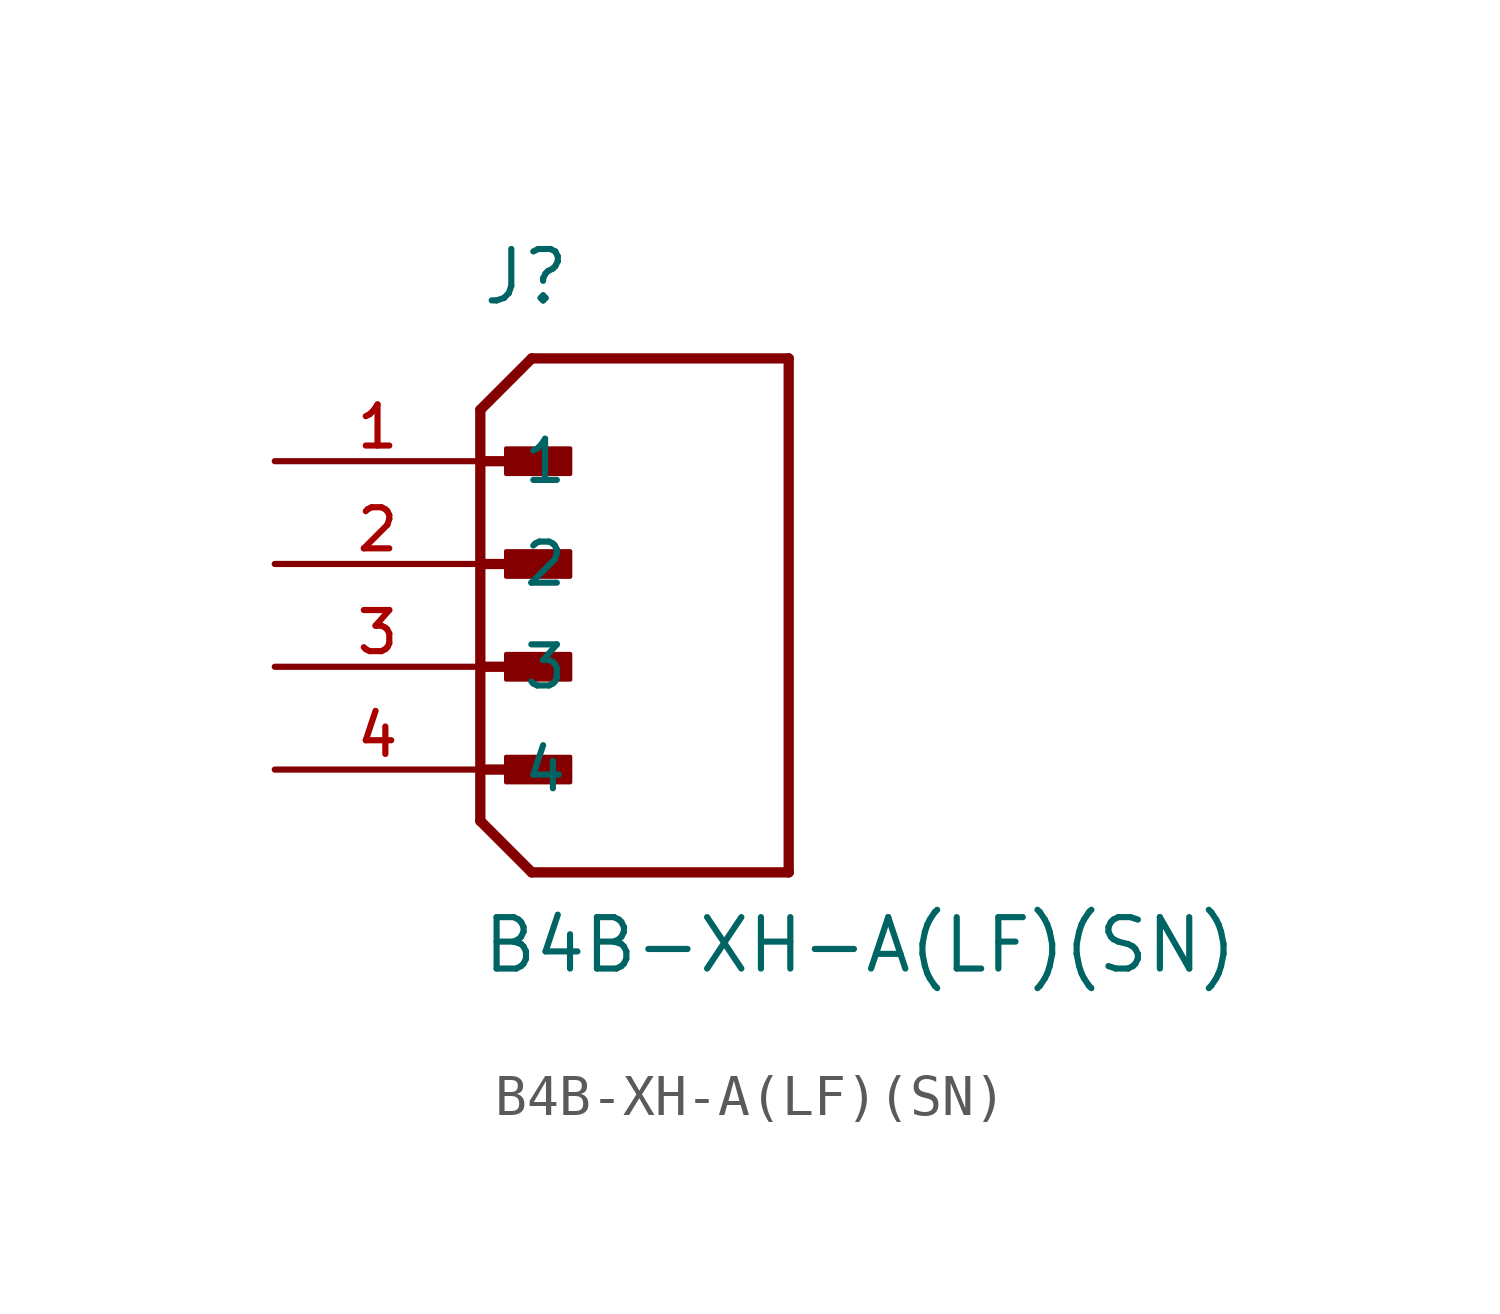
<source format=kicad_sym>
(kicad_symbol_lib
  (version 20211014)
  (generator kicad_symbol_editor)
  (symbol "B4B-XH-A(LF)(SN)"
    (pin_names
      (offset 1.016))
    (property "Reference" "J"
      (at 0.0 8.89 0)
      (effects (font (size 1.27 1.27)) (justify bottom left)))
    (property "Value" "B4B-XH-A(LF)(SN)"
      (at 0.0 -7.62 0)
      (effects (font (size 1.27 1.27)) (justify bottom left)))
    (symbol "B4B-XH-A(LF)(SN)_0_0"
      (polyline (pts (xy 0.0 6.35) (xy 1.27 7.62)) (stroke (width 0.254)))
      (polyline (pts (xy 0.0 6.35) (xy 0.0 5.08)) (stroke (width 0.254)))
      (polyline (pts (xy 0.0 5.08) (xy 0.0 -3.81)) (stroke (width 0.254)))
      (polyline (pts (xy 0.0 -3.81) (xy 1.27 -5.08)) (stroke (width 0.254)))
      (polyline (pts (xy 1.27 -5.08) (xy 7.62 -5.08)) (stroke (width 0.254)))
      (polyline (pts (xy 7.62 -5.08) (xy 7.62 7.62)) (stroke (width 0.254)))
      (polyline (pts (xy 7.62 7.62) (xy 1.27 7.62)) (stroke (width 0.254)))
      (polyline (pts (xy 0.0 5.08) (xy 1.905 5.08)) (stroke (width 0.254)))
      (rectangle (start 0.635 4.763) (end 2.223 5.397) (stroke (width 0.1)) (fill (type outline)))
      (polyline (pts (xy 0.0 2.54) (xy 1.905 2.54)) (stroke (width 0.254)))
      (rectangle (start 0.635 2.223) (end 2.223 2.857) (stroke (width 0.1)) (fill (type outline)))
      (polyline (pts (xy 0.0 0.0) (xy 1.905 0.0)) (stroke (width 0.254)))
      (rectangle (start 0.635 -0.318) (end 2.223 0.318) (stroke (width 0.1)) (fill (type outline)))
      (polyline (pts (xy 0.0 -2.54) (xy 1.905 -2.54)) (stroke (width 0.254)))
      (rectangle (start 0.635 -2.857) (end 2.223 -2.223) (stroke (width 0.1)) (fill (type outline)))
      (pin passive line (at -5.08 5.08 0) (length 5.08) (name "1" (effects (font (size 1.016 1.016)))) (number "1" (effects (font (size 1.016 1.016)))))
      (pin passive line (at -5.08 2.54 0) (length 5.08) (name "2" (effects (font (size 1.016 1.016)))) (number "2" (effects (font (size 1.016 1.016)))))
      (pin passive line (at -5.08 0.0 0) (length 5.08) (name "3" (effects (font (size 1.016 1.016)))) (number "3" (effects (font (size 1.016 1.016)))))
      (pin passive line (at -5.08 -2.54 0) (length 5.08) (name "4" (effects (font (size 1.016 1.016)))) (number "4" (effects (font (size 1.016 1.016))))))))
</source>
